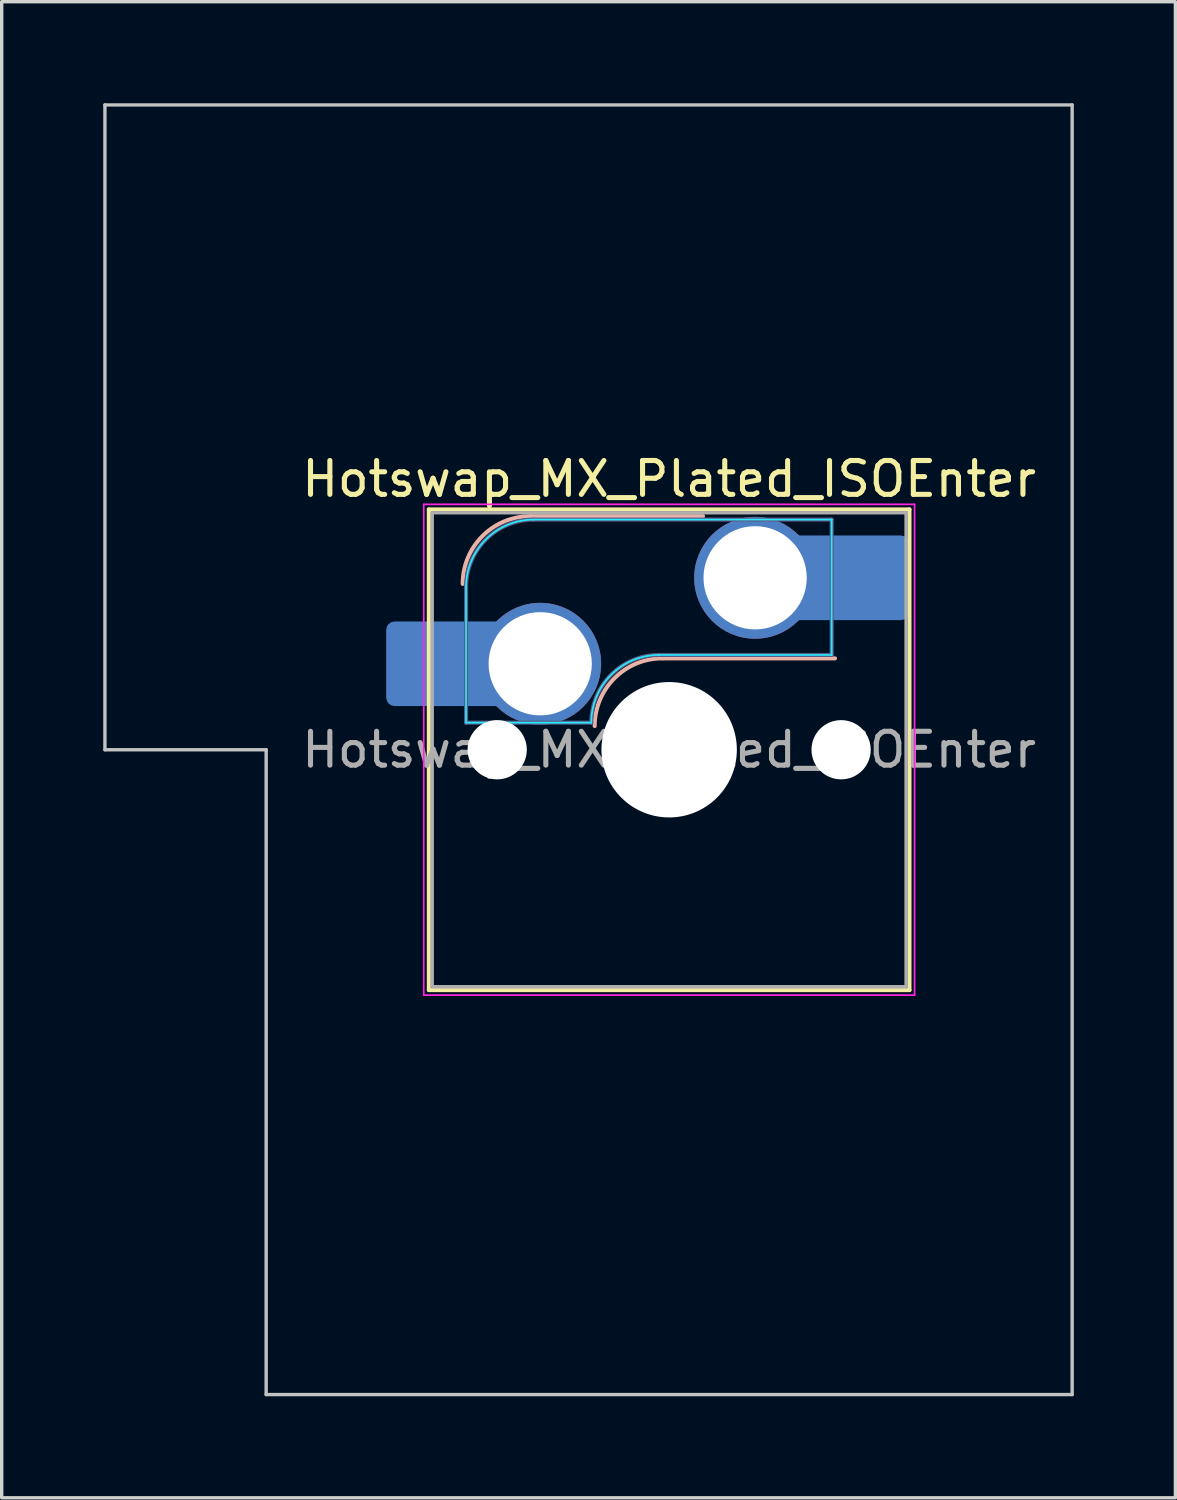
<source format=kicad_pcb>
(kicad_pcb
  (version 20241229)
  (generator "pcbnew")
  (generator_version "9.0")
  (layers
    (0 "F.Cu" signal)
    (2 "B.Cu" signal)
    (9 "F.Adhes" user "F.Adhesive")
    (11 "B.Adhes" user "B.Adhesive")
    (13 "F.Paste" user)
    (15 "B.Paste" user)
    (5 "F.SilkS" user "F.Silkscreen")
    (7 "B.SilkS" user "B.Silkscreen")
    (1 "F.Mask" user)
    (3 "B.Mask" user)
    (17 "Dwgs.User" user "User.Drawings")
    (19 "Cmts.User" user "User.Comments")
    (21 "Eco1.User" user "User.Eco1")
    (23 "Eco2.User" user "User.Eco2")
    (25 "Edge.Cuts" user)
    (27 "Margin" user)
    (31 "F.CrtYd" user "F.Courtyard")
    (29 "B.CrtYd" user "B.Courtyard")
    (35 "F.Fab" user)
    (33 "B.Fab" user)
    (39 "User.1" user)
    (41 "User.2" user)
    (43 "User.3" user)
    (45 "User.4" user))
  (footprint "Hotswap_MX_Plated_ISOEnter"
    (layer "F.Cu")
    (at 16.719 19.1)
    (property "Reference" "Hotswap_MX_Plated_ISOEnter" (at 0 -8 0) (layer "F.SilkS") (effects (font (size 1 1) (thickness 0.15))))
    (attr smd allow_soldermask_bridges)
    (fp_line (start -7.1 -7.1) (end -7.1 7.1) (stroke (width 0.12) (type solid)) (layer "F.SilkS"))
    (fp_line (start -7.1 7.1) (end 7.1 7.1) (stroke (width 0.12) (type solid)) (layer "F.SilkS"))
    (fp_line (start 7.1 -7.1) (end -7.1 -7.1) (stroke (width 0.12) (type solid)) (layer "F.SilkS"))
    (fp_line (start 7.1 7.1) (end 7.1 -7.1) (stroke (width 0.12) (type solid)) (layer "F.SilkS"))
    (fp_line (start -4.1 -6.9) (end 1 -6.9) (stroke (width 0.12) (type solid)) (layer "B.SilkS"))
    (fp_line (start -0.2 -2.7) (end 4.9 -2.7) (stroke (width 0.12) (type solid)) (layer "B.SilkS"))
    (fp_arc (start -6.1 -4.9) (mid -5.514214 -6.314214) (end -4.1 -6.9) (stroke (width 0.12) (type solid)) (layer "B.SilkS"))
    (fp_arc (start -2.2 -0.7) (mid -1.614214 -2.114214) (end -0.2 -2.7) (stroke (width 0.12) (type solid)) (layer "B.SilkS"))
    (fp_line (start -16.669 -19.05) (end -16.669 0) (stroke (width 0.1) (type solid)) (layer "Dwgs.User"))
    (fp_line (start -16.669 0) (end -11.906 0) (stroke (width 0.1) (type solid)) (layer "Dwgs.User"))
    (fp_line (start -11.906 0) (end -11.906 19.05) (stroke (width 0.1) (type solid)) (layer "Dwgs.User"))
    (fp_line (start -11.906 19.05) (end 11.906 19.05) (stroke (width 0.1) (type solid)) (layer "Dwgs.User"))
    (fp_line (start 11.906 -19.05) (end -16.669 -19.05) (stroke (width 0.1) (type solid)) (layer "Dwgs.User"))
    (fp_line (start 11.906 19.05) (end 11.906 -19.05) (stroke (width 0.1) (type solid)) (layer "Dwgs.User"))
    (fp_line (start -7.8 -6) (end -7 -6) (stroke (width 0.1) (type solid)) (layer "Eco1.User"))
    (fp_line (start -7.8 -2.9) (end -7.8 -6) (stroke (width 0.1) (type solid)) (layer "Eco1.User"))
    (fp_line (start -7.8 2.9) (end -7 2.9) (stroke (width 0.1) (type solid)) (layer "Eco1.User"))
    (fp_line (start -7.8 6) (end -7.8 2.9) (stroke (width 0.1) (type solid)) (layer "Eco1.User"))
    (fp_line (start -7 -7) (end 7 -7) (stroke (width 0.1) (type solid)) (layer "Eco1.User"))
    (fp_line (start -7 -6) (end -7 -7) (stroke (width 0.1) (type solid)) (layer "Eco1.User"))
    (fp_line (start -7 -2.9) (end -7.8 -2.9) (stroke (width 0.1) (type solid)) (layer "Eco1.User"))
    (fp_line (start -7 2.9) (end -7 -2.9) (stroke (width 0.1) (type solid)) (layer "Eco1.User"))
    (fp_line (start -7 6) (end -7.8 6) (stroke (width 0.1) (type solid)) (layer "Eco1.User"))
    (fp_line (start -7 7) (end -7 6) (stroke (width 0.1) (type solid)) (layer "Eco1.User"))
    (fp_line (start 7 -7) (end 7 -6) (stroke (width 0.1) (type solid)) (layer "Eco1.User"))
    (fp_line (start 7 -6) (end 7.8 -6) (stroke (width 0.1) (type solid)) (layer "Eco1.User"))
    (fp_line (start 7 -2.9) (end 7 2.9) (stroke (width 0.1) (type solid)) (layer "Eco1.User"))
    (fp_line (start 7 2.9) (end 7.8 2.9) (stroke (width 0.1) (type solid)) (layer "Eco1.User"))
    (fp_line (start 7 6) (end 7 7) (stroke (width 0.1) (type solid)) (layer "Eco1.User"))
    (fp_line (start 7 7) (end -7 7) (stroke (width 0.1) (type solid)) (layer "Eco1.User"))
    (fp_line (start 7.8 -6) (end 7.8 -2.9) (stroke (width 0.1) (type solid)) (layer "Eco1.User"))
    (fp_line (start 7.8 -2.9) (end 7 -2.9) (stroke (width 0.1) (type solid)) (layer "Eco1.User"))
    (fp_line (start 7.8 2.9) (end 7.8 6) (stroke (width 0.1) (type solid)) (layer "Eco1.User"))
    (fp_line (start 7.8 6) (end 7 6) (stroke (width 0.1) (type solid)) (layer "Eco1.User"))
    (fp_line (start -6 -0.8) (end -6 -4.8) (stroke (width 0.05) (type solid)) (layer "B.CrtYd"))
    (fp_line (start -6 -0.8) (end -2.3 -0.8) (stroke (width 0.05) (type solid)) (layer "B.CrtYd"))
    (fp_line (start -4 -6.8) (end 4.8 -6.8) (stroke (width 0.05) (type solid)) (layer "B.CrtYd"))
    (fp_line (start -0.3 -2.8) (end 4.8 -2.8) (stroke (width 0.05) (type solid)) (layer "B.CrtYd"))
    (fp_line (start 4.8 -6.8) (end 4.8 -2.8) (stroke (width 0.05) (type solid)) (layer "B.CrtYd"))
    (fp_arc (start -6 -4.8) (mid -5.414214 -6.214214) (end -4 -6.8) (stroke (width 0.05) (type solid)) (layer "B.CrtYd"))
    (fp_arc (start -2.3 -0.8) (mid -1.714214 -2.214214) (end -0.3 -2.8) (stroke (width 0.05) (type solid)) (layer "B.CrtYd"))
    (fp_line (start -7.25 -7.25) (end -7.25 7.25) (stroke (width 0.05) (type solid)) (layer "F.CrtYd"))
    (fp_line (start -7.25 7.25) (end 7.25 7.25) (stroke (width 0.05) (type solid)) (layer "F.CrtYd"))
    (fp_line (start 7.25 -7.25) (end -7.25 -7.25) (stroke (width 0.05) (type solid)) (layer "F.CrtYd"))
    (fp_line (start 7.25 7.25) (end 7.25 -7.25) (stroke (width 0.05) (type solid)) (layer "F.CrtYd"))
    (fp_line (start -6 -0.8) (end -6 -4.8) (stroke (width 0.12) (type solid)) (layer "B.Fab"))
    (fp_line (start -6 -0.8) (end -2.3 -0.8) (stroke (width 0.12) (type solid)) (layer "B.Fab"))
    (fp_line (start -4 -6.8) (end 4.8 -6.8) (stroke (width 0.12) (type solid)) (layer "B.Fab"))
    (fp_line (start -0.3 -2.8) (end 4.8 -2.8) (stroke (width 0.12) (type solid)) (layer "B.Fab"))
    (fp_line (start 4.8 -6.8) (end 4.8 -2.8) (stroke (width 0.12) (type solid)) (layer "B.Fab"))
    (fp_arc (start -6 -4.8) (mid -5.414214 -6.214214) (end -4 -6.8) (stroke (width 0.12) (type solid)) (layer "B.Fab"))
    (fp_arc (start -2.3 -0.8) (mid -1.714214 -2.214214) (end -0.3 -2.8) (stroke (width 0.12) (type solid)) (layer "B.Fab"))
    (fp_line (start -7 -7) (end -7 7) (stroke (width 0.1) (type solid)) (layer "F.Fab"))
    (fp_line (start -7 7) (end 7 7) (stroke (width 0.1) (type solid)) (layer "F.Fab"))
    (fp_line (start 7 -7) (end -7 -7) (stroke (width 0.1) (type solid)) (layer "F.Fab"))
    (fp_line (start 7 7) (end 7 -7) (stroke (width 0.1) (type solid)) (layer "F.Fab"))
    (fp_text user "${REFERENCE}" (at 0 0 0) (layer "F.Fab") (effects (font (size 1 1) (thickness 0.15))))
    (pad "" smd roundrect (at -7.085 -2.54) (size 2.55 2.5) (layers "B.Mask" "B.Paste") (roundrect_rratio 0.1))
    (pad "" np_thru_hole circle (at -5.08 0) (size 1.75 1.75) (drill 1.75) (layers "*.Cu" "*.Mask"))
    (pad "" np_thru_hole circle (at 0 0) (size 4 4) (drill 4) (layers "*.Cu" "*.Mask"))
    (pad "" np_thru_hole circle (at 5.08 0) (size 1.75 1.75) (drill 1.75) (layers "*.Cu" "*.Mask"))
    (pad "" smd roundrect (at 5.842 -5.08) (size 2.55 2.5) (layers "B.Mask" "B.Paste") (roundrect_rratio 0.1))
    (pad "1" smd roundrect (at -6.585 -2.54) (size 3.55 2.5) (layers "B.Cu") (roundrect_rratio 0.1))
    (pad "1" thru_hole circle (at -3.81 -2.54) (size 3.6 3.6) (drill 3.05) (layers "*.Cu" "*.Mask"))
    (pad "2" thru_hole circle (at 2.54 -5.08) (size 3.6 3.6) (drill 3.05) (layers "*.Cu" "*.Mask"))
    (pad "2" smd roundrect (at 5.32 -5.08) (size 3.55 2.5) (layers "B.Cu") (roundrect_rratio 0.1)))
  (gr_rect
    (start -3 -3)
    (end 31.675 41.2)
    (stroke (width 0.1) (type default))
    (fill no)
    (layer "Edge.Cuts")))
</source>
